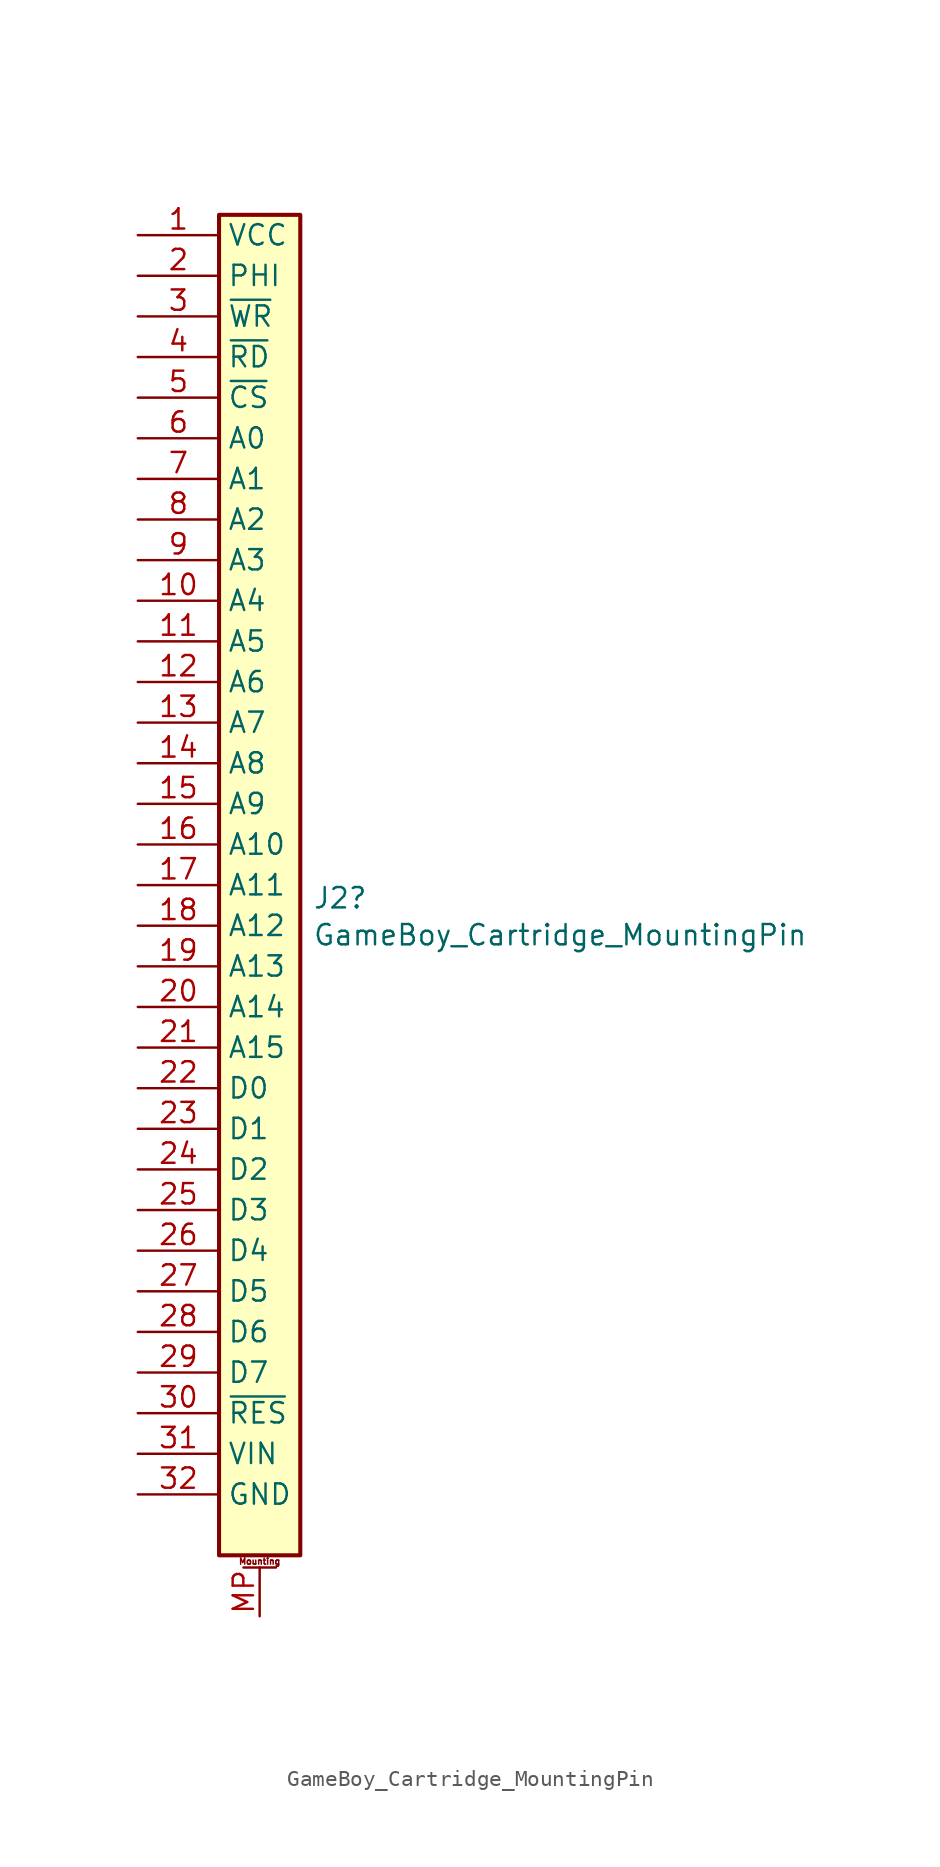
<source format=kicad_sym>
(kicad_symbol_lib
  (version 20231120)
  (generator "kicad_symbol_editor")
  (generator_version "8.0")
  (symbol "GameBoy_Cartridge_MountingPin"
    (property "Reference" "J2"
      (at 3.302 -0.813 0)
      (effects (font (size 1.27 1.27)) (justify left)))
    (property "Value" "GameBoy_Cartridge_MountingPin"
      (at 3.302 -3.124 0)
      (effects (font (size 1.27 1.27)) (justify left)))
    (symbol "GameBoy_Cartridge_MountingPin_0_1"
      (rectangle (start -2.54 41.91) (end 2.54 -41.91) (stroke (width 0.254) (type default)) (fill (type background))))
    (symbol "GameBoy_Cartridge_MountingPin_1_1"
      (polyline (pts (xy -1.016 -42.672) (xy 1.016 -42.672)) (stroke (width 0.152) (type default)) (fill (type none)))
      (text "Mounting" (at 0 -42.291 0) (effects (font (size 0.381 0.381))))
      (pin passive line (at -7.62 40.64 0) (length 5.08) (name "VCC" (effects (font (size 1.27 1.27)))) (number "1" (effects (font (size 1.27 1.27)))))
      (pin passive line (at -7.62 17.78 0) (length 5.08) (name "A4" (effects (font (size 1.27 1.27)))) (number "10" (effects (font (size 1.27 1.27)))))
      (pin passive line (at -7.62 15.24 0) (length 5.08) (name "A5" (effects (font (size 1.27 1.27)))) (number "11" (effects (font (size 1.27 1.27)))))
      (pin passive line (at -7.62 12.7 0) (length 5.08) (name "A6" (effects (font (size 1.27 1.27)))) (number "12" (effects (font (size 1.27 1.27)))))
      (pin passive line (at -7.62 10.16 0) (length 5.08) (name "A7" (effects (font (size 1.27 1.27)))) (number "13" (effects (font (size 1.27 1.27)))))
      (pin passive line (at -7.62 7.62 0) (length 5.08) (name "A8" (effects (font (size 1.27 1.27)))) (number "14" (effects (font (size 1.27 1.27)))))
      (pin passive line (at -7.62 5.08 0) (length 5.08) (name "A9" (effects (font (size 1.27 1.27)))) (number "15" (effects (font (size 1.27 1.27)))))
      (pin passive line (at -7.62 2.54 0) (length 5.08) (name "A10" (effects (font (size 1.27 1.27)))) (number "16" (effects (font (size 1.27 1.27)))))
      (pin passive line (at -7.62 0 0) (length 5.08) (name "A11" (effects (font (size 1.27 1.27)))) (number "17" (effects (font (size 1.27 1.27)))))
      (pin passive line (at -7.62 -2.54 0) (length 5.08) (name "A12" (effects (font (size 1.27 1.27)))) (number "18" (effects (font (size 1.27 1.27)))))
      (pin passive line (at -7.62 -5.08 0) (length 5.08) (name "A13" (effects (font (size 1.27 1.27)))) (number "19" (effects (font (size 1.27 1.27)))))
      (pin passive line (at -7.62 38.1 0) (length 5.08) (name "PHI" (effects (font (size 1.27 1.27)))) (number "2" (effects (font (size 1.27 1.27)))))
      (pin passive line (at -7.62 -7.62 0) (length 5.08) (name "A14" (effects (font (size 1.27 1.27)))) (number "20" (effects (font (size 1.27 1.27)))))
      (pin passive line (at -7.62 -10.16 0) (length 5.08) (name "A15" (effects (font (size 1.27 1.27)))) (number "21" (effects (font (size 1.27 1.27)))))
      (pin passive line (at -7.62 -12.7 0) (length 5.08) (name "D0" (effects (font (size 1.27 1.27)))) (number "22" (effects (font (size 1.27 1.27)))))
      (pin passive line (at -7.62 -15.24 0) (length 5.08) (name "D1" (effects (font (size 1.27 1.27)))) (number "23" (effects (font (size 1.27 1.27)))))
      (pin passive line (at -7.62 -17.78 0) (length 5.08) (name "D2" (effects (font (size 1.27 1.27)))) (number "24" (effects (font (size 1.27 1.27)))))
      (pin passive line (at -7.62 -20.32 0) (length 5.08) (name "D3" (effects (font (size 1.27 1.27)))) (number "25" (effects (font (size 1.27 1.27)))))
      (pin passive line (at -7.62 -22.86 0) (length 5.08) (name "D4" (effects (font (size 1.27 1.27)))) (number "26" (effects (font (size 1.27 1.27)))))
      (pin passive line (at -7.62 -25.4 0) (length 5.08) (name "D5" (effects (font (size 1.27 1.27)))) (number "27" (effects (font (size 1.27 1.27)))))
      (pin passive line (at -7.62 -27.94 0) (length 5.08) (name "D6" (effects (font (size 1.27 1.27)))) (number "28" (effects (font (size 1.27 1.27)))))
      (pin passive line (at -7.62 -30.48 0) (length 5.08) (name "D7" (effects (font (size 1.27 1.27)))) (number "29" (effects (font (size 1.27 1.27)))))
      (pin passive line (at -7.62 35.56 0) (length 5.08) (name "~{WR}" (effects (font (size 1.27 1.27)))) (number "3" (effects (font (size 1.27 1.27)))))
      (pin passive line (at -7.62 -33.02 0) (length 5.08) (name "~{RES}" (effects (font (size 1.27 1.27)))) (number "30" (effects (font (size 1.27 1.27)))))
      (pin passive line (at -7.62 -35.56 0) (length 5.08) (name "VIN" (effects (font (size 1.27 1.27)))) (number "31" (effects (font (size 1.27 1.27)))))
      (pin passive line (at -7.62 -38.1 0) (length 5.08) (name "GND" (effects (font (size 1.27 1.27)))) (number "32" (effects (font (size 1.27 1.27)))))
      (pin passive line (at -7.62 33.02 0) (length 5.08) (name "~{RD}" (effects (font (size 1.27 1.27)))) (number "4" (effects (font (size 1.27 1.27)))))
      (pin passive line (at -7.62 30.48 0) (length 5.08) (name "~{CS}" (effects (font (size 1.27 1.27)))) (number "5" (effects (font (size 1.27 1.27)))))
      (pin passive line (at -7.62 27.94 0) (length 5.08) (name "A0" (effects (font (size 1.27 1.27)))) (number "6" (effects (font (size 1.27 1.27)))))
      (pin passive line (at -7.62 25.4 0) (length 5.08) (name "A1" (effects (font (size 1.27 1.27)))) (number "7" (effects (font (size 1.27 1.27)))))
      (pin passive line (at -7.62 22.86 0) (length 5.08) (name "A2" (effects (font (size 1.27 1.27)))) (number "8" (effects (font (size 1.27 1.27)))))
      (pin passive line (at -7.62 20.32 0) (length 5.08) (name "A3" (effects (font (size 1.27 1.27)))) (number "9" (effects (font (size 1.27 1.27)))))
      (pin passive line (at 0 -45.72 90) (length 3.048) (name "~" (effects (font (size 1.27 1.27)))) (number "MP" (effects (font (size 1.27 1.27))))))))
</source>
